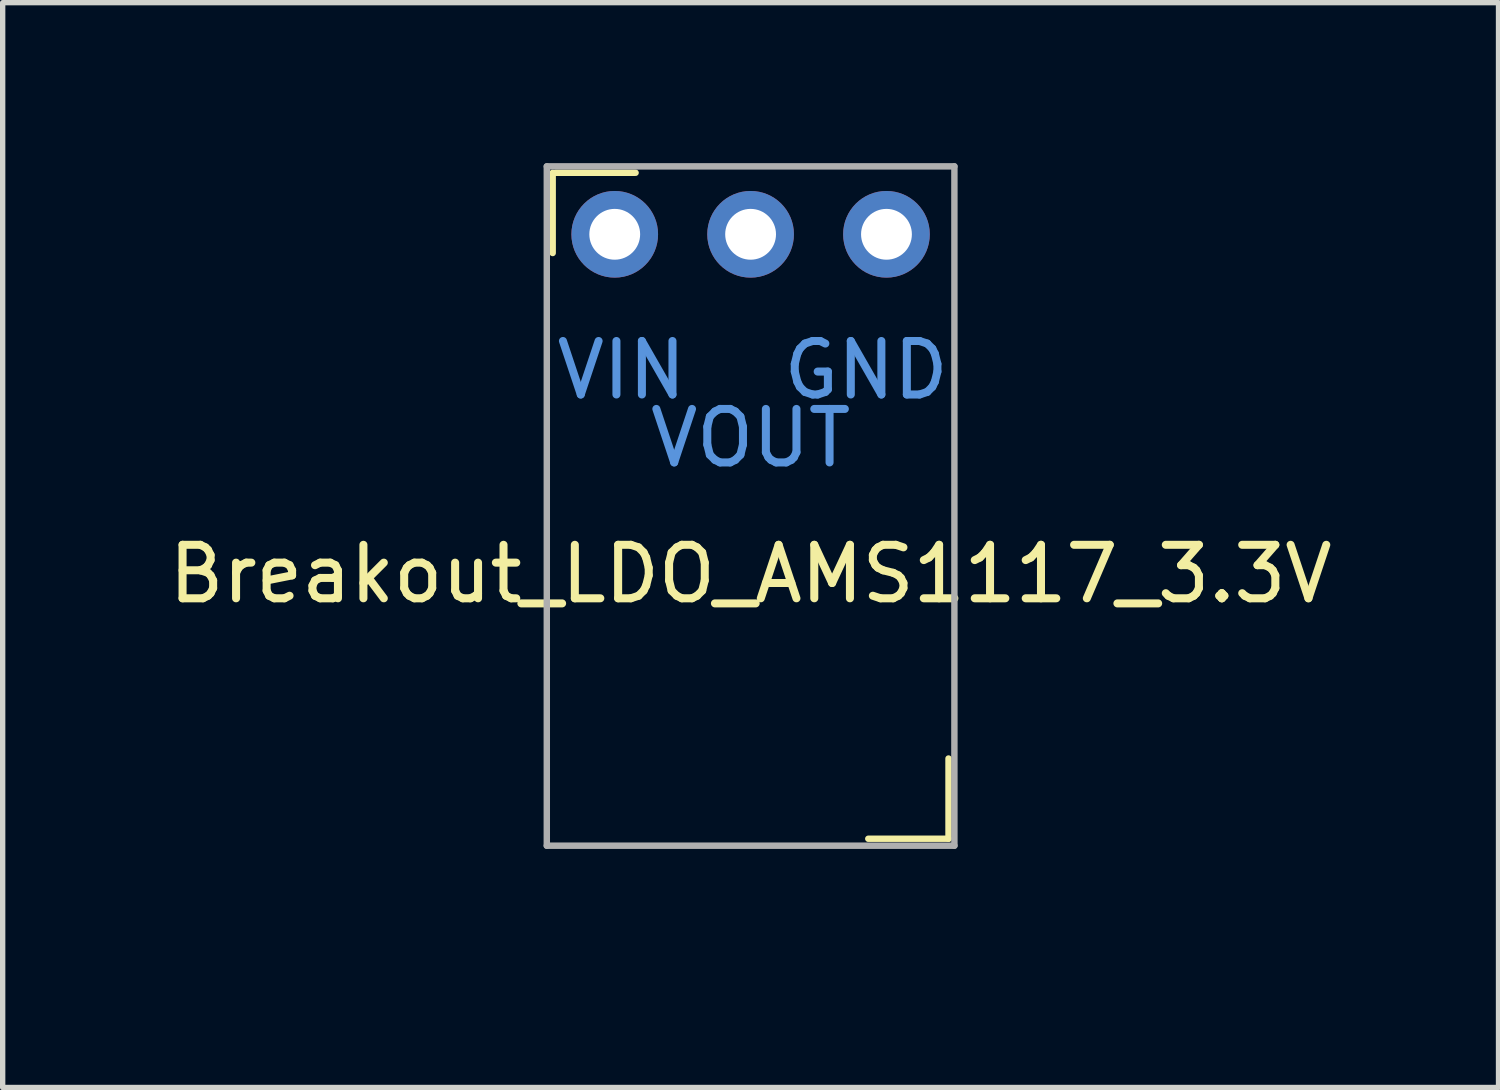
<source format=kicad_pcb>
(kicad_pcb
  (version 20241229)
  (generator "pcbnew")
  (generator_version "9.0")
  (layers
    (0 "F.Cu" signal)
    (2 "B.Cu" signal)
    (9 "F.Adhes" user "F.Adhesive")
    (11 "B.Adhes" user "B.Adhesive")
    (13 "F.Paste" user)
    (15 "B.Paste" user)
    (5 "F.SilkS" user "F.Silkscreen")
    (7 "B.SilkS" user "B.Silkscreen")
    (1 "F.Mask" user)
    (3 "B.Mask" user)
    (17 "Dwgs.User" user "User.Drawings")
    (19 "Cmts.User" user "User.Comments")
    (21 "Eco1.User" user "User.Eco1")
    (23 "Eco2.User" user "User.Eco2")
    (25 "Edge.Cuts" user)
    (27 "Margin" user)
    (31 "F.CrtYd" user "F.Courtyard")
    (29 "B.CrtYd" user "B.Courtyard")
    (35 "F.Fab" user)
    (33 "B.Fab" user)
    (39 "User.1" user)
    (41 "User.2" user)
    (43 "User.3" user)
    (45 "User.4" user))
  (footprint "Breakout_LDO_AMS1117_3.3V"
    (layer "F.Cu")
    (at 10.982 14.03)
    (property "Reference" "Breakout_LDO_AMS1117_3.3V" (at 0 -6.35 0) (layer "F.SilkS") (effects (font (size 1 1) (thickness 0.15))))
    (attr through_hole)
    (fp_line (start -3.7 -13.85) (end -3.7 -12.35) (stroke (width 0.12) (type solid)) (layer "F.SilkS"))
    (fp_line (start -3.65 -13.85) (end -2.15 -13.85) (stroke (width 0.12) (type solid)) (layer "F.SilkS"))
    (fp_line (start 3.7 -1.4) (end 2.2 -1.4) (stroke (width 0.12) (type solid)) (layer "F.SilkS"))
    (fp_line (start 3.7 -1.4) (end 3.7 -2.9) (stroke (width 0.12) (type solid)) (layer "F.SilkS"))
    (fp_line (start -3.81 -13.97) (end -3.81 -1.27) (stroke (width 0.12) (type solid)) (layer "F.Fab"))
    (fp_line (start -3.81 -1.27) (end 3.81 -1.27) (stroke (width 0.12) (type solid)) (layer "F.Fab"))
    (fp_line (start 3.81 -13.97) (end -3.81 -13.97) (stroke (width 0.12) (type solid)) (layer "F.Fab"))
    (fp_line (start 3.81 -1.27) (end 3.81 -13.97) (stroke (width 0.12) (type solid)) (layer "F.Fab"))
    (fp_text user "VIN" (at -2.413 -10.16 0) (layer "Cmts.User") (effects (font (size 1 1) (thickness 0.15))))
    (fp_text user "VOUT" (at 0 -8.89 0) (layer "Cmts.User") (effects (font (size 1 1) (thickness 0.15))))
    (fp_text user "GND" (at 2.159 -10.16 0) (layer "Cmts.User") (effects (font (size 1 1) (thickness 0.15))))
    (pad "1" thru_hole circle (at -2.54 -12.7) (size 1.62 1.62) (drill 0.95) (layers "*.Cu" "*.Mask"))
    (pad "2" thru_hole circle (at 0 -12.7) (size 1.62 1.62) (drill 0.95) (layers "*.Cu" "*.Mask"))
    (pad "3" thru_hole circle (at 2.54 -12.7) (size 1.62 1.62) (drill 0.95) (layers "*.Cu" "*.Mask")))
  (gr_rect
    (start -3 -3)
    (end 24.964 17.28)
    (stroke (width 0.1) (type default))
    (fill no)
    (layer "Edge.Cuts")))
</source>
